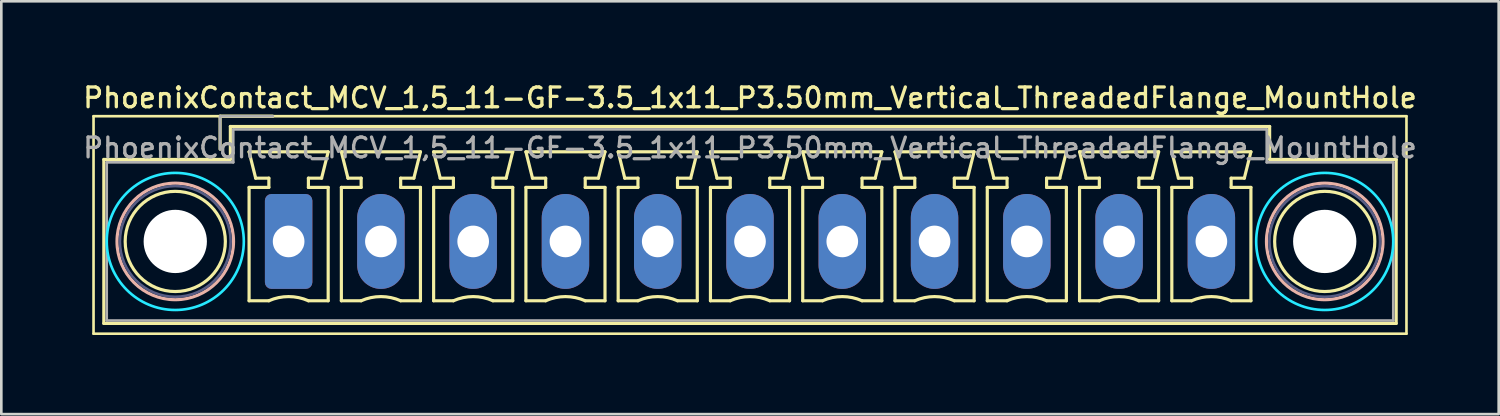
<source format=kicad_pcb>
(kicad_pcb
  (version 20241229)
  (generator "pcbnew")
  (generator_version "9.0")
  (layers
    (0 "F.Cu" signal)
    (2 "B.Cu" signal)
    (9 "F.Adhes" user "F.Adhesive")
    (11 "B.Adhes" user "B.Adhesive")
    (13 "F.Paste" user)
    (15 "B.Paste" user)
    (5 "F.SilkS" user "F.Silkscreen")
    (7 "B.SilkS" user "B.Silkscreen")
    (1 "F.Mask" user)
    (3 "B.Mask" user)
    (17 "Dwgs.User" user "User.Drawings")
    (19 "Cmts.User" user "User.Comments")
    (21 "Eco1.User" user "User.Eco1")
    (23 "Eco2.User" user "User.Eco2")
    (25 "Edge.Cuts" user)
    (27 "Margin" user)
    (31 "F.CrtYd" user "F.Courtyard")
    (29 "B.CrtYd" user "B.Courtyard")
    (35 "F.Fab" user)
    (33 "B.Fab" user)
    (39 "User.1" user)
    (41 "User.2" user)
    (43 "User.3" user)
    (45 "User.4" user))
  (footprint "PhoenixContact_MCV_1,5_11-GF-3.5_1x11_P3.50mm_Vertical_ThreadedFlange_MountHole"
    (layer "F.Cu")
    (at 7.898 6.108)
    (property "Reference" "PhoenixContact_MCV_1,5_11-GF-3.5_1x11_P3.50mm_Vertical_ThreadedFlange_MountHole" (at 17.5 -5.45 0) (layer "F.SilkS") (effects (font (size 0.75 0.75) (thickness 0.125))))
    (attr through_hole)
    (fp_line (start -7.4 -4.75) (end -7.4 3.5) (stroke (width 0.1) (type solid)) (layer "F.SilkS"))
    (fp_line (start -7.4 3.5) (end 42.4 3.5) (stroke (width 0.1) (type solid)) (layer "F.SilkS"))
    (fp_line (start -7.01 -3.11) (end -7.01 3.11) (stroke (width 0.12) (type solid)) (layer "F.SilkS"))
    (fp_line (start -7.01 3.11) (end 42.01 3.11) (stroke (width 0.12) (type solid)) (layer "F.SilkS"))
    (fp_line (start -2.6 -4.75) (end -0.6 -4.75) (stroke (width 0.12) (type solid)) (layer "F.SilkS"))
    (fp_line (start -2.6 -3.5) (end -2.6 -4.75) (stroke (width 0.12) (type solid)) (layer "F.SilkS"))
    (fp_line (start -2.21 -4.36) (end -2.21 -3.11) (stroke (width 0.12) (type solid)) (layer "F.SilkS"))
    (fp_line (start -2.21 -3.11) (end -7.01 -3.11) (stroke (width 0.12) (type solid)) (layer "F.SilkS"))
    (fp_line (start -1.5 -3.4) (end 1.5 -3.4) (stroke (width 0.12) (type solid)) (layer "F.SilkS"))
    (fp_line (start -1.5 -2.05) (end -0.75 -2.05) (stroke (width 0.12) (type solid)) (layer "F.SilkS"))
    (fp_line (start -1.5 2.25) (end -1.5 -2.05) (stroke (width 0.12) (type solid)) (layer "F.SilkS"))
    (fp_line (start -1.25 -2.4) (end -1.5 -3.4) (stroke (width 0.12) (type solid)) (layer "F.SilkS"))
    (fp_line (start -0.75 -2.4) (end -1.25 -2.4) (stroke (width 0.12) (type solid)) (layer "F.SilkS"))
    (fp_line (start -0.75 -2.05) (end -0.75 -2.4) (stroke (width 0.12) (type solid)) (layer "F.SilkS"))
    (fp_line (start -0.75 2.25) (end -1.5 2.25) (stroke (width 0.12) (type solid)) (layer "F.SilkS"))
    (fp_line (start 0.75 -2.4) (end 0.75 -2.05) (stroke (width 0.12) (type solid)) (layer "F.SilkS"))
    (fp_line (start 0.75 -2.05) (end 1.5 -2.05) (stroke (width 0.12) (type solid)) (layer "F.SilkS"))
    (fp_line (start 1.25 -2.4) (end 0.75 -2.4) (stroke (width 0.12) (type solid)) (layer "F.SilkS"))
    (fp_line (start 1.5 -3.4) (end 1.25 -2.4) (stroke (width 0.12) (type solid)) (layer "F.SilkS"))
    (fp_line (start 1.5 -2.05) (end 1.5 2.25) (stroke (width 0.12) (type solid)) (layer "F.SilkS"))
    (fp_line (start 1.5 2.25) (end 0.75 2.25) (stroke (width 0.12) (type solid)) (layer "F.SilkS"))
    (fp_line (start 2 -3.4) (end 5 -3.4) (stroke (width 0.12) (type solid)) (layer "F.SilkS"))
    (fp_line (start 2 -2.05) (end 2.75 -2.05) (stroke (width 0.12) (type solid)) (layer "F.SilkS"))
    (fp_line (start 2 2.25) (end 2 -2.05) (stroke (width 0.12) (type solid)) (layer "F.SilkS"))
    (fp_line (start 2.25 -2.4) (end 2 -3.4) (stroke (width 0.12) (type solid)) (layer "F.SilkS"))
    (fp_line (start 2.75 -2.4) (end 2.25 -2.4) (stroke (width 0.12) (type solid)) (layer "F.SilkS"))
    (fp_line (start 2.75 -2.05) (end 2.75 -2.4) (stroke (width 0.12) (type solid)) (layer "F.SilkS"))
    (fp_line (start 2.75 2.25) (end 2 2.25) (stroke (width 0.12) (type solid)) (layer "F.SilkS"))
    (fp_line (start 4.25 -2.4) (end 4.25 -2.05) (stroke (width 0.12) (type solid)) (layer "F.SilkS"))
    (fp_line (start 4.25 -2.05) (end 5 -2.05) (stroke (width 0.12) (type solid)) (layer "F.SilkS"))
    (fp_line (start 4.75 -2.4) (end 4.25 -2.4) (stroke (width 0.12) (type solid)) (layer "F.SilkS"))
    (fp_line (start 5 -3.4) (end 4.75 -2.4) (stroke (width 0.12) (type solid)) (layer "F.SilkS"))
    (fp_line (start 5 -2.05) (end 5 2.25) (stroke (width 0.12) (type solid)) (layer "F.SilkS"))
    (fp_line (start 5 2.25) (end 4.25 2.25) (stroke (width 0.12) (type solid)) (layer "F.SilkS"))
    (fp_line (start 5.5 -3.4) (end 8.5 -3.4) (stroke (width 0.12) (type solid)) (layer "F.SilkS"))
    (fp_line (start 5.5 -2.05) (end 6.25 -2.05) (stroke (width 0.12) (type solid)) (layer "F.SilkS"))
    (fp_line (start 5.5 2.25) (end 5.5 -2.05) (stroke (width 0.12) (type solid)) (layer "F.SilkS"))
    (fp_line (start 5.75 -2.4) (end 5.5 -3.4) (stroke (width 0.12) (type solid)) (layer "F.SilkS"))
    (fp_line (start 6.25 -2.4) (end 5.75 -2.4) (stroke (width 0.12) (type solid)) (layer "F.SilkS"))
    (fp_line (start 6.25 -2.05) (end 6.25 -2.4) (stroke (width 0.12) (type solid)) (layer "F.SilkS"))
    (fp_line (start 6.25 2.25) (end 5.5 2.25) (stroke (width 0.12) (type solid)) (layer "F.SilkS"))
    (fp_line (start 7.75 -2.4) (end 7.75 -2.05) (stroke (width 0.12) (type solid)) (layer "F.SilkS"))
    (fp_line (start 7.75 -2.05) (end 8.5 -2.05) (stroke (width 0.12) (type solid)) (layer "F.SilkS"))
    (fp_line (start 8.25 -2.4) (end 7.75 -2.4) (stroke (width 0.12) (type solid)) (layer "F.SilkS"))
    (fp_line (start 8.5 -3.4) (end 8.25 -2.4) (stroke (width 0.12) (type solid)) (layer "F.SilkS"))
    (fp_line (start 8.5 -2.05) (end 8.5 2.25) (stroke (width 0.12) (type solid)) (layer "F.SilkS"))
    (fp_line (start 8.5 2.25) (end 7.75 2.25) (stroke (width 0.12) (type solid)) (layer "F.SilkS"))
    (fp_line (start 9 -3.4) (end 12 -3.4) (stroke (width 0.12) (type solid)) (layer "F.SilkS"))
    (fp_line (start 9 -2.05) (end 9.75 -2.05) (stroke (width 0.12) (type solid)) (layer "F.SilkS"))
    (fp_line (start 9 2.25) (end 9 -2.05) (stroke (width 0.12) (type solid)) (layer "F.SilkS"))
    (fp_line (start 9.25 -2.4) (end 9 -3.4) (stroke (width 0.12) (type solid)) (layer "F.SilkS"))
    (fp_line (start 9.75 -2.4) (end 9.25 -2.4) (stroke (width 0.12) (type solid)) (layer "F.SilkS"))
    (fp_line (start 9.75 -2.05) (end 9.75 -2.4) (stroke (width 0.12) (type solid)) (layer "F.SilkS"))
    (fp_line (start 9.75 2.25) (end 9 2.25) (stroke (width 0.12) (type solid)) (layer "F.SilkS"))
    (fp_line (start 11.25 -2.4) (end 11.25 -2.05) (stroke (width 0.12) (type solid)) (layer "F.SilkS"))
    (fp_line (start 11.25 -2.05) (end 12 -2.05) (stroke (width 0.12) (type solid)) (layer "F.SilkS"))
    (fp_line (start 11.75 -2.4) (end 11.25 -2.4) (stroke (width 0.12) (type solid)) (layer "F.SilkS"))
    (fp_line (start 12 -3.4) (end 11.75 -2.4) (stroke (width 0.12) (type solid)) (layer "F.SilkS"))
    (fp_line (start 12 -2.05) (end 12 2.25) (stroke (width 0.12) (type solid)) (layer "F.SilkS"))
    (fp_line (start 12 2.25) (end 11.25 2.25) (stroke (width 0.12) (type solid)) (layer "F.SilkS"))
    (fp_line (start 12.5 -3.4) (end 15.5 -3.4) (stroke (width 0.12) (type solid)) (layer "F.SilkS"))
    (fp_line (start 12.5 -2.05) (end 13.25 -2.05) (stroke (width 0.12) (type solid)) (layer "F.SilkS"))
    (fp_line (start 12.5 2.25) (end 12.5 -2.05) (stroke (width 0.12) (type solid)) (layer "F.SilkS"))
    (fp_line (start 12.75 -2.4) (end 12.5 -3.4) (stroke (width 0.12) (type solid)) (layer "F.SilkS"))
    (fp_line (start 13.25 -2.4) (end 12.75 -2.4) (stroke (width 0.12) (type solid)) (layer "F.SilkS"))
    (fp_line (start 13.25 -2.05) (end 13.25 -2.4) (stroke (width 0.12) (type solid)) (layer "F.SilkS"))
    (fp_line (start 13.25 2.25) (end 12.5 2.25) (stroke (width 0.12) (type solid)) (layer "F.SilkS"))
    (fp_line (start 14.75 -2.4) (end 14.75 -2.05) (stroke (width 0.12) (type solid)) (layer "F.SilkS"))
    (fp_line (start 14.75 -2.05) (end 15.5 -2.05) (stroke (width 0.12) (type solid)) (layer "F.SilkS"))
    (fp_line (start 15.25 -2.4) (end 14.75 -2.4) (stroke (width 0.12) (type solid)) (layer "F.SilkS"))
    (fp_line (start 15.5 -3.4) (end 15.25 -2.4) (stroke (width 0.12) (type solid)) (layer "F.SilkS"))
    (fp_line (start 15.5 -2.05) (end 15.5 2.25) (stroke (width 0.12) (type solid)) (layer "F.SilkS"))
    (fp_line (start 15.5 2.25) (end 14.75 2.25) (stroke (width 0.12) (type solid)) (layer "F.SilkS"))
    (fp_line (start 16 -3.4) (end 19 -3.4) (stroke (width 0.12) (type solid)) (layer "F.SilkS"))
    (fp_line (start 16 -2.05) (end 16.75 -2.05) (stroke (width 0.12) (type solid)) (layer "F.SilkS"))
    (fp_line (start 16 2.25) (end 16 -2.05) (stroke (width 0.12) (type solid)) (layer "F.SilkS"))
    (fp_line (start 16.25 -2.4) (end 16 -3.4) (stroke (width 0.12) (type solid)) (layer "F.SilkS"))
    (fp_line (start 16.75 -2.4) (end 16.25 -2.4) (stroke (width 0.12) (type solid)) (layer "F.SilkS"))
    (fp_line (start 16.75 -2.05) (end 16.75 -2.4) (stroke (width 0.12) (type solid)) (layer "F.SilkS"))
    (fp_line (start 16.75 2.25) (end 16 2.25) (stroke (width 0.12) (type solid)) (layer "F.SilkS"))
    (fp_line (start 18.25 -2.4) (end 18.25 -2.05) (stroke (width 0.12) (type solid)) (layer "F.SilkS"))
    (fp_line (start 18.25 -2.05) (end 19 -2.05) (stroke (width 0.12) (type solid)) (layer "F.SilkS"))
    (fp_line (start 18.75 -2.4) (end 18.25 -2.4) (stroke (width 0.12) (type solid)) (layer "F.SilkS"))
    (fp_line (start 19 -3.4) (end 18.75 -2.4) (stroke (width 0.12) (type solid)) (layer "F.SilkS"))
    (fp_line (start 19 -2.05) (end 19 2.25) (stroke (width 0.12) (type solid)) (layer "F.SilkS"))
    (fp_line (start 19 2.25) (end 18.25 2.25) (stroke (width 0.12) (type solid)) (layer "F.SilkS"))
    (fp_line (start 19.5 -3.4) (end 22.5 -3.4) (stroke (width 0.12) (type solid)) (layer "F.SilkS"))
    (fp_line (start 19.5 -2.05) (end 20.25 -2.05) (stroke (width 0.12) (type solid)) (layer "F.SilkS"))
    (fp_line (start 19.5 2.25) (end 19.5 -2.05) (stroke (width 0.12) (type solid)) (layer "F.SilkS"))
    (fp_line (start 19.75 -2.4) (end 19.5 -3.4) (stroke (width 0.12) (type solid)) (layer "F.SilkS"))
    (fp_line (start 20.25 -2.4) (end 19.75 -2.4) (stroke (width 0.12) (type solid)) (layer "F.SilkS"))
    (fp_line (start 20.25 -2.05) (end 20.25 -2.4) (stroke (width 0.12) (type solid)) (layer "F.SilkS"))
    (fp_line (start 20.25 2.25) (end 19.5 2.25) (stroke (width 0.12) (type solid)) (layer "F.SilkS"))
    (fp_line (start 21.75 -2.4) (end 21.75 -2.05) (stroke (width 0.12) (type solid)) (layer "F.SilkS"))
    (fp_line (start 21.75 -2.05) (end 22.5 -2.05) (stroke (width 0.12) (type solid)) (layer "F.SilkS"))
    (fp_line (start 22.25 -2.4) (end 21.75 -2.4) (stroke (width 0.12) (type solid)) (layer "F.SilkS"))
    (fp_line (start 22.5 -3.4) (end 22.25 -2.4) (stroke (width 0.12) (type solid)) (layer "F.SilkS"))
    (fp_line (start 22.5 -2.05) (end 22.5 2.25) (stroke (width 0.12) (type solid)) (layer "F.SilkS"))
    (fp_line (start 22.5 2.25) (end 21.75 2.25) (stroke (width 0.12) (type solid)) (layer "F.SilkS"))
    (fp_line (start 23 -3.4) (end 26 -3.4) (stroke (width 0.12) (type solid)) (layer "F.SilkS"))
    (fp_line (start 23 -2.05) (end 23.75 -2.05) (stroke (width 0.12) (type solid)) (layer "F.SilkS"))
    (fp_line (start 23 2.25) (end 23 -2.05) (stroke (width 0.12) (type solid)) (layer "F.SilkS"))
    (fp_line (start 23.25 -2.4) (end 23 -3.4) (stroke (width 0.12) (type solid)) (layer "F.SilkS"))
    (fp_line (start 23.75 -2.4) (end 23.25 -2.4) (stroke (width 0.12) (type solid)) (layer "F.SilkS"))
    (fp_line (start 23.75 -2.05) (end 23.75 -2.4) (stroke (width 0.12) (type solid)) (layer "F.SilkS"))
    (fp_line (start 23.75 2.25) (end 23 2.25) (stroke (width 0.12) (type solid)) (layer "F.SilkS"))
    (fp_line (start 25.25 -2.4) (end 25.25 -2.05) (stroke (width 0.12) (type solid)) (layer "F.SilkS"))
    (fp_line (start 25.25 -2.05) (end 26 -2.05) (stroke (width 0.12) (type solid)) (layer "F.SilkS"))
    (fp_line (start 25.75 -2.4) (end 25.25 -2.4) (stroke (width 0.12) (type solid)) (layer "F.SilkS"))
    (fp_line (start 26 -3.4) (end 25.75 -2.4) (stroke (width 0.12) (type solid)) (layer "F.SilkS"))
    (fp_line (start 26 -2.05) (end 26 2.25) (stroke (width 0.12) (type solid)) (layer "F.SilkS"))
    (fp_line (start 26 2.25) (end 25.25 2.25) (stroke (width 0.12) (type solid)) (layer "F.SilkS"))
    (fp_line (start 26.5 -3.4) (end 29.5 -3.4) (stroke (width 0.12) (type solid)) (layer "F.SilkS"))
    (fp_line (start 26.5 -2.05) (end 27.25 -2.05) (stroke (width 0.12) (type solid)) (layer "F.SilkS"))
    (fp_line (start 26.5 2.25) (end 26.5 -2.05) (stroke (width 0.12) (type solid)) (layer "F.SilkS"))
    (fp_line (start 26.75 -2.4) (end 26.5 -3.4) (stroke (width 0.12) (type solid)) (layer "F.SilkS"))
    (fp_line (start 27.25 -2.4) (end 26.75 -2.4) (stroke (width 0.12) (type solid)) (layer "F.SilkS"))
    (fp_line (start 27.25 -2.05) (end 27.25 -2.4) (stroke (width 0.12) (type solid)) (layer "F.SilkS"))
    (fp_line (start 27.25 2.25) (end 26.5 2.25) (stroke (width 0.12) (type solid)) (layer "F.SilkS"))
    (fp_line (start 28.75 -2.4) (end 28.75 -2.05) (stroke (width 0.12) (type solid)) (layer "F.SilkS"))
    (fp_line (start 28.75 -2.05) (end 29.5 -2.05) (stroke (width 0.12) (type solid)) (layer "F.SilkS"))
    (fp_line (start 29.25 -2.4) (end 28.75 -2.4) (stroke (width 0.12) (type solid)) (layer "F.SilkS"))
    (fp_line (start 29.5 -3.4) (end 29.25 -2.4) (stroke (width 0.12) (type solid)) (layer "F.SilkS"))
    (fp_line (start 29.5 -2.05) (end 29.5 2.25) (stroke (width 0.12) (type solid)) (layer "F.SilkS"))
    (fp_line (start 29.5 2.25) (end 28.75 2.25) (stroke (width 0.12) (type solid)) (layer "F.SilkS"))
    (fp_line (start 30 -3.4) (end 33 -3.4) (stroke (width 0.12) (type solid)) (layer "F.SilkS"))
    (fp_line (start 30 -2.05) (end 30.75 -2.05) (stroke (width 0.12) (type solid)) (layer "F.SilkS"))
    (fp_line (start 30 2.25) (end 30 -2.05) (stroke (width 0.12) (type solid)) (layer "F.SilkS"))
    (fp_line (start 30.25 -2.4) (end 30 -3.4) (stroke (width 0.12) (type solid)) (layer "F.SilkS"))
    (fp_line (start 30.75 -2.4) (end 30.25 -2.4) (stroke (width 0.12) (type solid)) (layer "F.SilkS"))
    (fp_line (start 30.75 -2.05) (end 30.75 -2.4) (stroke (width 0.12) (type solid)) (layer "F.SilkS"))
    (fp_line (start 30.75 2.25) (end 30 2.25) (stroke (width 0.12) (type solid)) (layer "F.SilkS"))
    (fp_line (start 32.25 -2.4) (end 32.25 -2.05) (stroke (width 0.12) (type solid)) (layer "F.SilkS"))
    (fp_line (start 32.25 -2.05) (end 33 -2.05) (stroke (width 0.12) (type solid)) (layer "F.SilkS"))
    (fp_line (start 32.75 -2.4) (end 32.25 -2.4) (stroke (width 0.12) (type solid)) (layer "F.SilkS"))
    (fp_line (start 33 -3.4) (end 32.75 -2.4) (stroke (width 0.12) (type solid)) (layer "F.SilkS"))
    (fp_line (start 33 -2.05) (end 33 2.25) (stroke (width 0.12) (type solid)) (layer "F.SilkS"))
    (fp_line (start 33 2.25) (end 32.25 2.25) (stroke (width 0.12) (type solid)) (layer "F.SilkS"))
    (fp_line (start 33.5 -3.4) (end 36.5 -3.4) (stroke (width 0.12) (type solid)) (layer "F.SilkS"))
    (fp_line (start 33.5 -2.05) (end 34.25 -2.05) (stroke (width 0.12) (type solid)) (layer "F.SilkS"))
    (fp_line (start 33.5 2.25) (end 33.5 -2.05) (stroke (width 0.12) (type solid)) (layer "F.SilkS"))
    (fp_line (start 33.75 -2.4) (end 33.5 -3.4) (stroke (width 0.12) (type solid)) (layer "F.SilkS"))
    (fp_line (start 34.25 -2.4) (end 33.75 -2.4) (stroke (width 0.12) (type solid)) (layer "F.SilkS"))
    (fp_line (start 34.25 -2.05) (end 34.25 -2.4) (stroke (width 0.12) (type solid)) (layer "F.SilkS"))
    (fp_line (start 34.25 2.25) (end 33.5 2.25) (stroke (width 0.12) (type solid)) (layer "F.SilkS"))
    (fp_line (start 35.75 -2.4) (end 35.75 -2.05) (stroke (width 0.12) (type solid)) (layer "F.SilkS"))
    (fp_line (start 35.75 -2.05) (end 36.5 -2.05) (stroke (width 0.12) (type solid)) (layer "F.SilkS"))
    (fp_line (start 36.25 -2.4) (end 35.75 -2.4) (stroke (width 0.12) (type solid)) (layer "F.SilkS"))
    (fp_line (start 36.5 -3.4) (end 36.25 -2.4) (stroke (width 0.12) (type solid)) (layer "F.SilkS"))
    (fp_line (start 36.5 -2.05) (end 36.5 2.25) (stroke (width 0.12) (type solid)) (layer "F.SilkS"))
    (fp_line (start 36.5 2.25) (end 35.75 2.25) (stroke (width 0.12) (type solid)) (layer "F.SilkS"))
    (fp_line (start 37.21 -4.36) (end -2.21 -4.36) (stroke (width 0.12) (type solid)) (layer "F.SilkS"))
    (fp_line (start 37.21 -3.11) (end 37.21 -4.36) (stroke (width 0.12) (type solid)) (layer "F.SilkS"))
    (fp_line (start 42.01 -3.11) (end 37.21 -3.11) (stroke (width 0.12) (type solid)) (layer "F.SilkS"))
    (fp_line (start 42.01 3.11) (end 42.01 -3.11) (stroke (width 0.12) (type solid)) (layer "F.SilkS"))
    (fp_line (start 42.4 -4.75) (end -7.4 -4.75) (stroke (width 0.1) (type solid)) (layer "F.SilkS"))
    (fp_line (start 42.4 3.5) (end 42.4 -4.75) (stroke (width 0.1) (type solid)) (layer "F.SilkS"))
    (fp_arc (start -0.75 2.25) (mid -0.000193 2.09191) (end 0.749647 2.249844) (stroke (width 0.12) (type solid)) (layer "F.SilkS"))
    (fp_arc (start 2.75 2.25) (mid 3.499807 2.09191) (end 4.249647 2.249844) (stroke (width 0.12) (type solid)) (layer "F.SilkS"))
    (fp_arc (start 6.25 2.25) (mid 6.999807 2.09191) (end 7.749647 2.249844) (stroke (width 0.12) (type solid)) (layer "F.SilkS"))
    (fp_arc (start 9.75 2.25) (mid 10.499807 2.09191) (end 11.249647 2.249844) (stroke (width 0.12) (type solid)) (layer "F.SilkS"))
    (fp_arc (start 13.25 2.25) (mid 13.999807 2.09191) (end 14.749647 2.249844) (stroke (width 0.12) (type solid)) (layer "F.SilkS"))
    (fp_arc (start 16.75 2.25) (mid 17.499807 2.09191) (end 18.249647 2.249844) (stroke (width 0.12) (type solid)) (layer "F.SilkS"))
    (fp_arc (start 20.25 2.25) (mid 20.999807 2.09191) (end 21.749647 2.249844) (stroke (width 0.12) (type solid)) (layer "F.SilkS"))
    (fp_arc (start 23.75 2.25) (mid 24.499807 2.09191) (end 25.249647 2.249844) (stroke (width 0.12) (type solid)) (layer "F.SilkS"))
    (fp_arc (start 27.25 2.25) (mid 27.999807 2.09191) (end 28.749647 2.249844) (stroke (width 0.12) (type solid)) (layer "F.SilkS"))
    (fp_arc (start 30.75 2.25) (mid 31.499807 2.09191) (end 32.249647 2.249844) (stroke (width 0.12) (type solid)) (layer "F.SilkS"))
    (fp_arc (start 34.25 2.25) (mid 34.999807 2.09191) (end 35.749647 2.249844) (stroke (width 0.12) (type solid)) (layer "F.SilkS"))
    (fp_circle (center -4.3 0) (end -2.4 0) (stroke (width 0.12) (type solid)) (fill no) (layer "F.SilkS"))
    (fp_circle (center 39.3 0) (end 41.2 0) (stroke (width 0.12) (type solid)) (fill no) (layer "F.SilkS"))
    (fp_circle (center -4.3 0) (end -2.09 0) (stroke (width 0.12) (type solid)) (fill no) (layer "B.SilkS"))
    (fp_circle (center 39.3 0) (end 41.51 0) (stroke (width 0.12) (type solid)) (fill no) (layer "B.SilkS"))
    (fp_circle (center -4.3 0) (end -1.7 0) (stroke (width 0.1) (type solid)) (fill no) (layer "B.CrtYd"))
    (fp_circle (center 39.3 0) (end 41.9 0) (stroke (width 0.1) (type solid)) (fill no) (layer "B.CrtYd"))
    (fp_circle (center -4.3 0) (end -2.2 0) (stroke (width 0.1) (type solid)) (fill no) (layer "B.Fab"))
    (fp_circle (center 39.3 0) (end 41.4 0) (stroke (width 0.1) (type solid)) (fill no) (layer "B.Fab"))
    (fp_line (start -6.9 -3) (end -6.9 3) (stroke (width 0.1) (type solid)) (layer "F.Fab"))
    (fp_line (start -6.9 3) (end 41.9 3) (stroke (width 0.1) (type solid)) (layer "F.Fab"))
    (fp_line (start -2.6 -4.75) (end -0.6 -4.75) (stroke (width 0.1) (type solid)) (layer "F.Fab"))
    (fp_line (start -2.6 -3.5) (end -2.6 -4.75) (stroke (width 0.1) (type solid)) (layer "F.Fab"))
    (fp_line (start -2.1 -4.25) (end -2.1 -3) (stroke (width 0.1) (type solid)) (layer "F.Fab"))
    (fp_line (start -2.1 -3) (end -6.9 -3) (stroke (width 0.1) (type solid)) (layer "F.Fab"))
    (fp_line (start 37.1 -4.25) (end -2.1 -4.25) (stroke (width 0.1) (type solid)) (layer "F.Fab"))
    (fp_line (start 37.1 -3) (end 37.1 -4.25) (stroke (width 0.1) (type solid)) (layer "F.Fab"))
    (fp_line (start 41.9 -3) (end 37.1 -3) (stroke (width 0.1) (type solid)) (layer "F.Fab"))
    (fp_line (start 41.9 3) (end 41.9 -3) (stroke (width 0.1) (type solid)) (layer "F.Fab"))
    (fp_text user "${REFERENCE}" (at 17.5 -3.55 0) (layer "F.Fab") (effects (font (size 0.75 0.75) (thickness 0.125))))
    (pad "" np_thru_hole circle (at -4.3 0) (size 2.4 2.4) (drill 2.4) (layers "*.Cu" "*.Mask"))
    (pad "" np_thru_hole circle (at 39.3 0) (size 2.4 2.4) (drill 2.4) (layers "*.Cu" "*.Mask"))
    (pad "1" thru_hole roundrect (at 0 0) (size 1.8 3.6) (drill 1.2) (layers "*.Cu" "*.Mask") (roundrect_rratio 0.139))
    (pad "2" thru_hole oval (at 3.5 0) (size 1.8 3.6) (drill 1.2) (layers "*.Cu" "*.Mask"))
    (pad "3" thru_hole oval (at 7 0) (size 1.8 3.6) (drill 1.2) (layers "*.Cu" "*.Mask"))
    (pad "4" thru_hole oval (at 10.5 0) (size 1.8 3.6) (drill 1.2) (layers "*.Cu" "*.Mask"))
    (pad "5" thru_hole oval (at 14 0) (size 1.8 3.6) (drill 1.2) (layers "*.Cu" "*.Mask"))
    (pad "6" thru_hole oval (at 17.5 0) (size 1.8 3.6) (drill 1.2) (layers "*.Cu" "*.Mask"))
    (pad "7" thru_hole oval (at 21 0) (size 1.8 3.6) (drill 1.2) (layers "*.Cu" "*.Mask"))
    (pad "8" thru_hole oval (at 24.5 0) (size 1.8 3.6) (drill 1.2) (layers "*.Cu" "*.Mask"))
    (pad "9" thru_hole oval (at 28 0) (size 1.8 3.6) (drill 1.2) (layers "*.Cu" "*.Mask"))
    (pad "10" thru_hole oval (at 31.5 0) (size 1.8 3.6) (drill 1.2) (layers "*.Cu" "*.Mask"))
    (pad "11" thru_hole oval (at 35 0) (size 1.8 3.6) (drill 1.2) (layers "*.Cu" "*.Mask")))
  (gr_rect
    (start -3 -3)
    (end 53.796 12.658)
    (stroke (width 0.1) (type default))
    (fill no)
    (layer "Edge.Cuts")))
</source>
